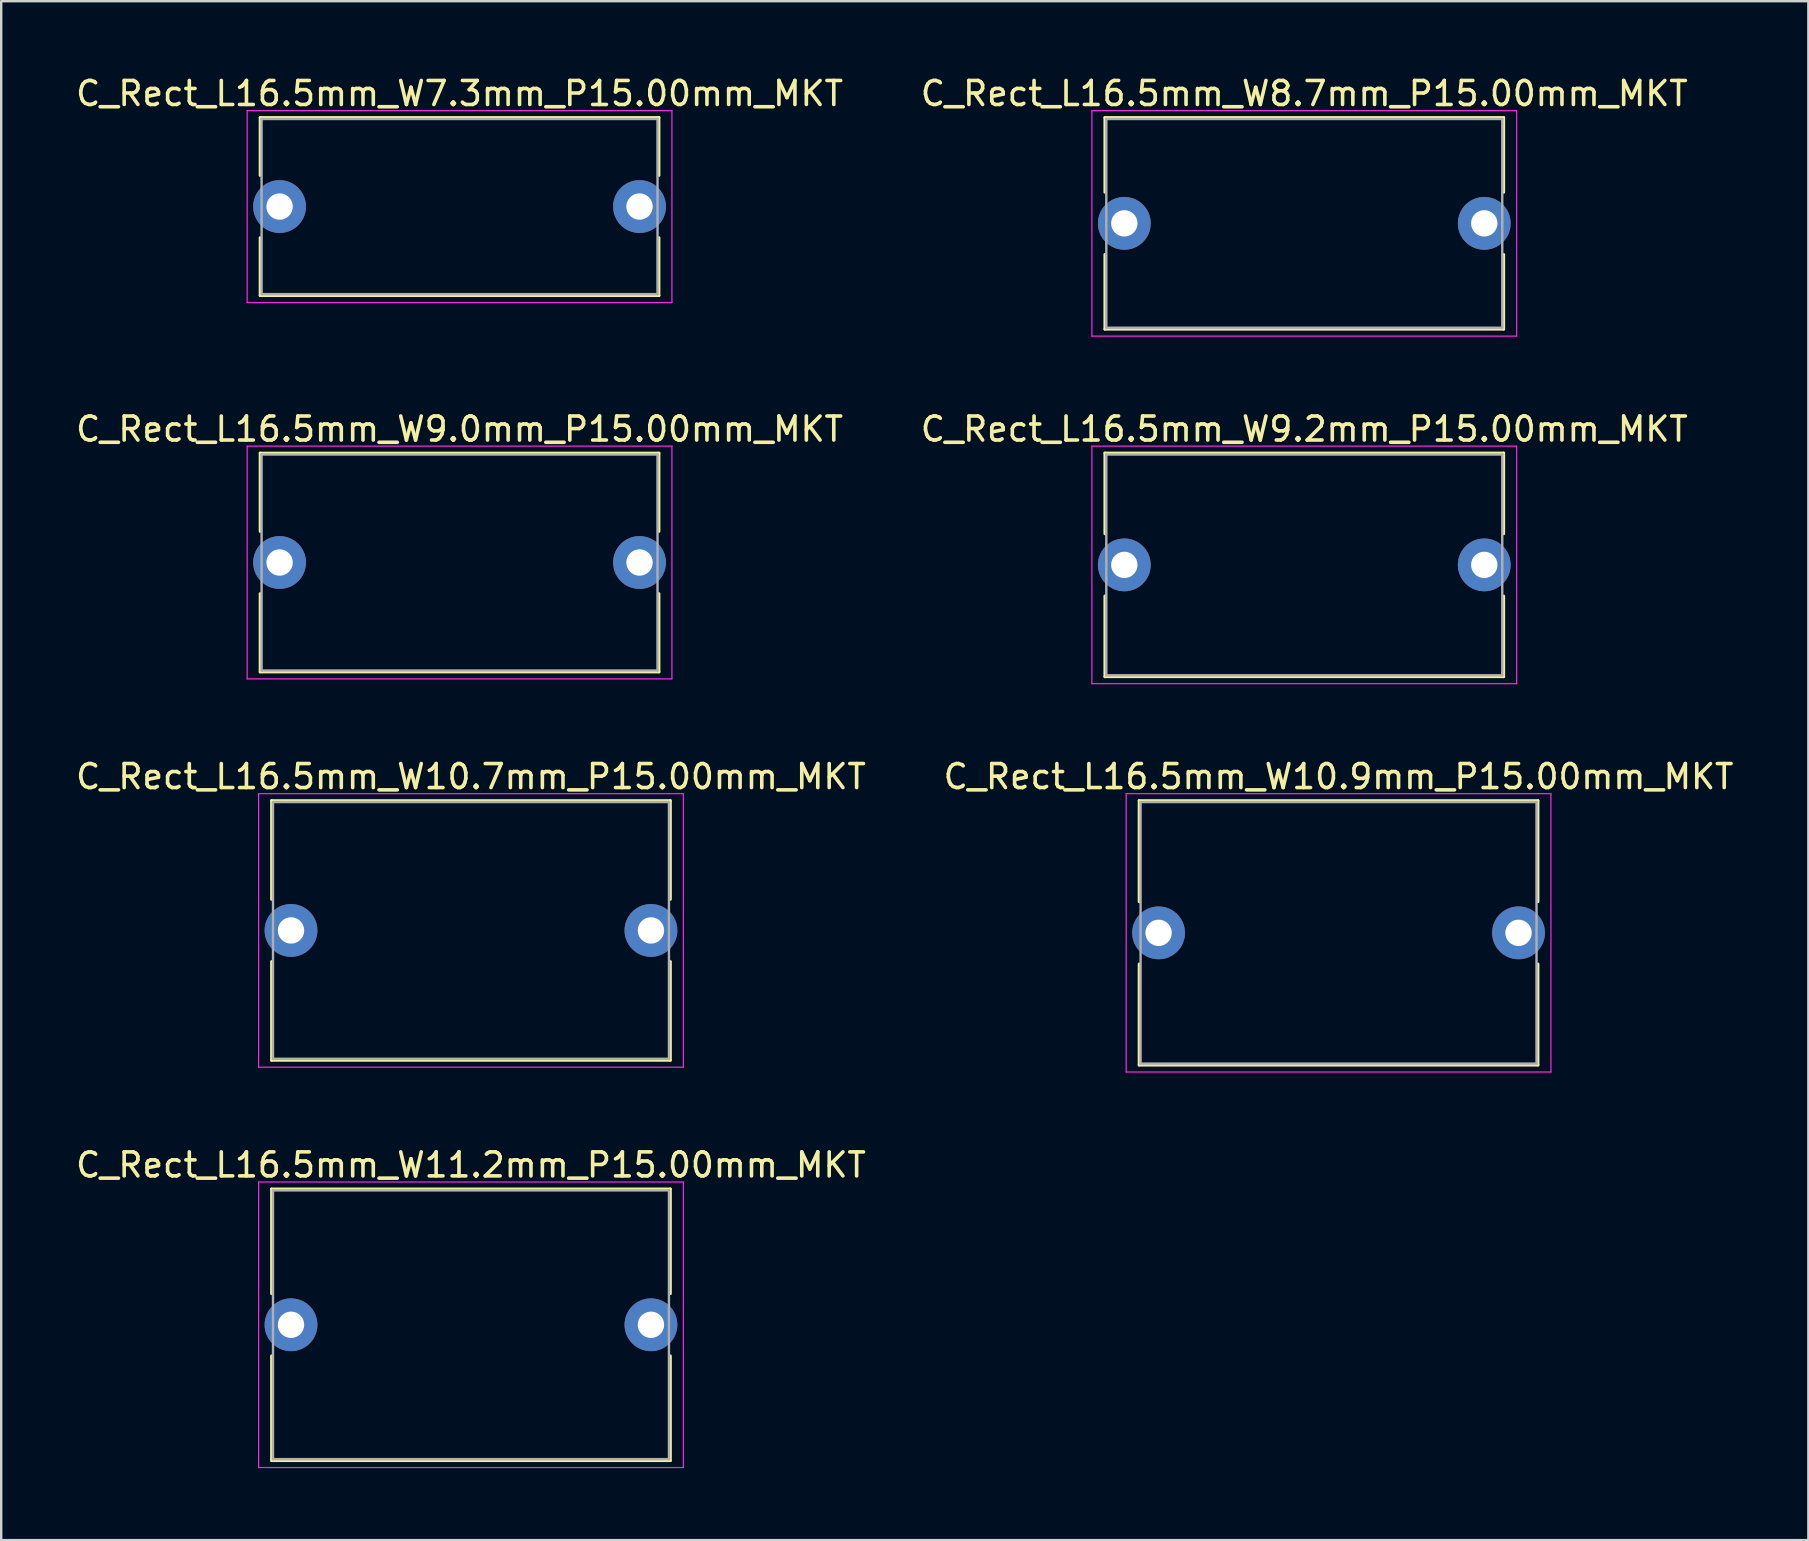
<source format=kicad_pcb>
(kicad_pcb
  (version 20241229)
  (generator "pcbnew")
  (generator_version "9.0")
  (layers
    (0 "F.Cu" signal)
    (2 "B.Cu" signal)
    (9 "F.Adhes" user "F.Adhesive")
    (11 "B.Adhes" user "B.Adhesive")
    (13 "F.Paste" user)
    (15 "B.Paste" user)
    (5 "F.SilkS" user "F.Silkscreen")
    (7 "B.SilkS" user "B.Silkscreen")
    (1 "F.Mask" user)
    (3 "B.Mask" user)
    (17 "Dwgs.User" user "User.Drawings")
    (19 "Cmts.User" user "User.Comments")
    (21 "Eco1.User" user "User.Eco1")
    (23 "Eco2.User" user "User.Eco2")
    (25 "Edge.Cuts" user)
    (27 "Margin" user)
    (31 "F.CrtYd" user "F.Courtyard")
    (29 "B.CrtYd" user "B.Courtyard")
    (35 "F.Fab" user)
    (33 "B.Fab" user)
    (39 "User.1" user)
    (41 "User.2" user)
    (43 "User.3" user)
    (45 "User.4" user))
  (footprint "C_Rect_L16.5mm_W8.7mm_P15.00mm_MKT"
    (layer "F.Cu")
    (at 43.804 6.258)
    (property "Reference" "C_Rect_L16.5mm_W8.7mm_P15.00mm_MKT" (at 7.5 -5.41 0) (layer "F.SilkS") (effects (font (size 1 1) (thickness 0.15))))
    (attr through_hole)
    (fp_line (start -0.81 -4.41) (end -0.81 -1.296) (stroke (width 0.12) (type solid)) (layer "F.SilkS"))
    (fp_line (start -0.81 -4.41) (end 15.81 -4.41) (stroke (width 0.12) (type solid)) (layer "F.SilkS"))
    (fp_line (start -0.81 1.296) (end -0.81 4.41) (stroke (width 0.12) (type solid)) (layer "F.SilkS"))
    (fp_line (start -0.81 4.41) (end 15.81 4.41) (stroke (width 0.12) (type solid)) (layer "F.SilkS"))
    (fp_line (start 15.81 -4.41) (end 15.81 -1.296) (stroke (width 0.12) (type solid)) (layer "F.SilkS"))
    (fp_line (start 15.81 1.296) (end 15.81 4.41) (stroke (width 0.12) (type solid)) (layer "F.SilkS"))
    (fp_line (start -1.35 -4.7) (end -1.35 4.7) (stroke (width 0.05) (type solid)) (layer "F.CrtYd"))
    (fp_line (start -1.35 4.7) (end 16.35 4.7) (stroke (width 0.05) (type solid)) (layer "F.CrtYd"))
    (fp_line (start 16.35 -4.7) (end -1.35 -4.7) (stroke (width 0.05) (type solid)) (layer "F.CrtYd"))
    (fp_line (start 16.35 4.7) (end 16.35 -4.7) (stroke (width 0.05) (type solid)) (layer "F.CrtYd"))
    (fp_line (start -0.75 -4.35) (end -0.75 4.35) (stroke (width 0.1) (type solid)) (layer "F.Fab"))
    (fp_line (start -0.75 4.35) (end 15.75 4.35) (stroke (width 0.1) (type solid)) (layer "F.Fab"))
    (fp_line (start 15.75 -4.35) (end -0.75 -4.35) (stroke (width 0.1) (type solid)) (layer "F.Fab"))
    (fp_line (start 15.75 4.35) (end 15.75 -4.35) (stroke (width 0.1) (type solid)) (layer "F.Fab"))
    (pad "1" thru_hole circle (at 0 0) (size 2.2 2.2) (drill 1.1) (layers "*.Cu" "*.Mask"))
    (pad "2" thru_hole circle (at 15 0) (size 2.2 2.2) (drill 1.1) (layers "*.Cu" "*.Mask")))
  (footprint "C_Rect_L16.5mm_W9.0mm_P15.00mm_MKT"
    (layer "F.Cu")
    (at 8.601 20.392)
    (property "Reference" "C_Rect_L16.5mm_W9.0mm_P15.00mm_MKT" (at 7.5 -5.56 0) (layer "F.SilkS") (effects (font (size 1 1) (thickness 0.15))))
    (attr through_hole)
    (fp_line (start -0.81 -4.56) (end -0.81 -1.296) (stroke (width 0.12) (type solid)) (layer "F.SilkS"))
    (fp_line (start -0.81 -4.56) (end 15.81 -4.56) (stroke (width 0.12) (type solid)) (layer "F.SilkS"))
    (fp_line (start -0.81 1.296) (end -0.81 4.56) (stroke (width 0.12) (type solid)) (layer "F.SilkS"))
    (fp_line (start -0.81 4.56) (end 15.81 4.56) (stroke (width 0.12) (type solid)) (layer "F.SilkS"))
    (fp_line (start 15.81 -4.56) (end 15.81 -1.296) (stroke (width 0.12) (type solid)) (layer "F.SilkS"))
    (fp_line (start 15.81 1.296) (end 15.81 4.56) (stroke (width 0.12) (type solid)) (layer "F.SilkS"))
    (fp_line (start -1.35 -4.85) (end -1.35 4.85) (stroke (width 0.05) (type solid)) (layer "F.CrtYd"))
    (fp_line (start -1.35 4.85) (end 16.35 4.85) (stroke (width 0.05) (type solid)) (layer "F.CrtYd"))
    (fp_line (start 16.35 -4.85) (end -1.35 -4.85) (stroke (width 0.05) (type solid)) (layer "F.CrtYd"))
    (fp_line (start 16.35 4.85) (end 16.35 -4.85) (stroke (width 0.05) (type solid)) (layer "F.CrtYd"))
    (fp_line (start -0.75 -4.5) (end -0.75 4.5) (stroke (width 0.1) (type solid)) (layer "F.Fab"))
    (fp_line (start -0.75 4.5) (end 15.75 4.5) (stroke (width 0.1) (type solid)) (layer "F.Fab"))
    (fp_line (start 15.75 -4.5) (end -0.75 -4.5) (stroke (width 0.1) (type solid)) (layer "F.Fab"))
    (fp_line (start 15.75 4.5) (end 15.75 -4.5) (stroke (width 0.1) (type solid)) (layer "F.Fab"))
    (pad "1" thru_hole circle (at 0 0) (size 2.2 2.2) (drill 1.1) (layers "*.Cu" "*.Mask"))
    (pad "2" thru_hole circle (at 15 0) (size 2.2 2.2) (drill 1.1) (layers "*.Cu" "*.Mask")))
  (footprint "C_Rect_L16.5mm_W10.9mm_P15.00mm_MKT"
    (layer "F.Cu")
    (at 45.232 35.825)
    (property "Reference" "C_Rect_L16.5mm_W10.9mm_P15.00mm_MKT" (at 7.5 -6.51 0) (layer "F.SilkS") (effects (font (size 1 1) (thickness 0.15))))
    (attr through_hole)
    (fp_line (start -0.81 -5.51) (end -0.81 -1.296) (stroke (width 0.12) (type solid)) (layer "F.SilkS"))
    (fp_line (start -0.81 -5.51) (end 15.81 -5.51) (stroke (width 0.12) (type solid)) (layer "F.SilkS"))
    (fp_line (start -0.81 1.296) (end -0.81 5.51) (stroke (width 0.12) (type solid)) (layer "F.SilkS"))
    (fp_line (start -0.81 5.51) (end 15.81 5.51) (stroke (width 0.12) (type solid)) (layer "F.SilkS"))
    (fp_line (start 15.81 -5.51) (end 15.81 -1.296) (stroke (width 0.12) (type solid)) (layer "F.SilkS"))
    (fp_line (start 15.81 1.296) (end 15.81 5.51) (stroke (width 0.12) (type solid)) (layer "F.SilkS"))
    (fp_line (start -1.35 -5.8) (end -1.35 5.8) (stroke (width 0.05) (type solid)) (layer "F.CrtYd"))
    (fp_line (start -1.35 5.8) (end 16.35 5.8) (stroke (width 0.05) (type solid)) (layer "F.CrtYd"))
    (fp_line (start 16.35 -5.8) (end -1.35 -5.8) (stroke (width 0.05) (type solid)) (layer "F.CrtYd"))
    (fp_line (start 16.35 5.8) (end 16.35 -5.8) (stroke (width 0.05) (type solid)) (layer "F.CrtYd"))
    (fp_line (start -0.75 -5.45) (end -0.75 5.45) (stroke (width 0.1) (type solid)) (layer "F.Fab"))
    (fp_line (start -0.75 5.45) (end 15.75 5.45) (stroke (width 0.1) (type solid)) (layer "F.Fab"))
    (fp_line (start 15.75 -5.45) (end -0.75 -5.45) (stroke (width 0.1) (type solid)) (layer "F.Fab"))
    (fp_line (start 15.75 5.45) (end 15.75 -5.45) (stroke (width 0.1) (type solid)) (layer "F.Fab"))
    (pad "1" thru_hole circle (at 0 0) (size 2.2 2.2) (drill 1.1) (layers "*.Cu" "*.Mask"))
    (pad "2" thru_hole circle (at 15 0) (size 2.2 2.2) (drill 1.1) (layers "*.Cu" "*.Mask")))
  (footprint "C_Rect_L16.5mm_W7.3mm_P15.00mm_MKT"
    (layer "F.Cu")
    (at 8.601 5.558)
    (property "Reference" "C_Rect_L16.5mm_W7.3mm_P15.00mm_MKT" (at 7.5 -4.71 0) (layer "F.SilkS") (effects (font (size 1 1) (thickness 0.15))))
    (attr through_hole)
    (fp_line (start -0.81 -3.71) (end -0.81 -1.296) (stroke (width 0.12) (type solid)) (layer "F.SilkS"))
    (fp_line (start -0.81 -3.71) (end 15.81 -3.71) (stroke (width 0.12) (type solid)) (layer "F.SilkS"))
    (fp_line (start -0.81 1.296) (end -0.81 3.71) (stroke (width 0.12) (type solid)) (layer "F.SilkS"))
    (fp_line (start -0.81 3.71) (end 15.81 3.71) (stroke (width 0.12) (type solid)) (layer "F.SilkS"))
    (fp_line (start 15.81 -3.71) (end 15.81 -1.296) (stroke (width 0.12) (type solid)) (layer "F.SilkS"))
    (fp_line (start 15.81 1.296) (end 15.81 3.71) (stroke (width 0.12) (type solid)) (layer "F.SilkS"))
    (fp_line (start -1.35 -4) (end -1.35 4) (stroke (width 0.05) (type solid)) (layer "F.CrtYd"))
    (fp_line (start -1.35 4) (end 16.35 4) (stroke (width 0.05) (type solid)) (layer "F.CrtYd"))
    (fp_line (start 16.35 -4) (end -1.35 -4) (stroke (width 0.05) (type solid)) (layer "F.CrtYd"))
    (fp_line (start 16.35 4) (end 16.35 -4) (stroke (width 0.05) (type solid)) (layer "F.CrtYd"))
    (fp_line (start -0.75 -3.65) (end -0.75 3.65) (stroke (width 0.1) (type solid)) (layer "F.Fab"))
    (fp_line (start -0.75 3.65) (end 15.75 3.65) (stroke (width 0.1) (type solid)) (layer "F.Fab"))
    (fp_line (start 15.75 -3.65) (end -0.75 -3.65) (stroke (width 0.1) (type solid)) (layer "F.Fab"))
    (fp_line (start 15.75 3.65) (end 15.75 -3.65) (stroke (width 0.1) (type solid)) (layer "F.Fab"))
    (pad "1" thru_hole circle (at 0 0) (size 2.2 2.2) (drill 1.1) (layers "*.Cu" "*.Mask"))
    (pad "2" thru_hole circle (at 15 0) (size 2.2 2.2) (drill 1.1) (layers "*.Cu" "*.Mask")))
  (footprint "C_Rect_L16.5mm_W10.7mm_P15.00mm_MKT"
    (layer "F.Cu")
    (at 9.077 35.725)
    (property "Reference" "C_Rect_L16.5mm_W10.7mm_P15.00mm_MKT" (at 7.5 -6.41 0) (layer "F.SilkS") (effects (font (size 1 1) (thickness 0.15))))
    (attr through_hole)
    (fp_line (start -0.81 -5.41) (end -0.81 -1.296) (stroke (width 0.12) (type solid)) (layer "F.SilkS"))
    (fp_line (start -0.81 -5.41) (end 15.81 -5.41) (stroke (width 0.12) (type solid)) (layer "F.SilkS"))
    (fp_line (start -0.81 1.296) (end -0.81 5.41) (stroke (width 0.12) (type solid)) (layer "F.SilkS"))
    (fp_line (start -0.81 5.41) (end 15.81 5.41) (stroke (width 0.12) (type solid)) (layer "F.SilkS"))
    (fp_line (start 15.81 -5.41) (end 15.81 -1.296) (stroke (width 0.12) (type solid)) (layer "F.SilkS"))
    (fp_line (start 15.81 1.296) (end 15.81 5.41) (stroke (width 0.12) (type solid)) (layer "F.SilkS"))
    (fp_line (start -1.35 -5.7) (end -1.35 5.7) (stroke (width 0.05) (type solid)) (layer "F.CrtYd"))
    (fp_line (start -1.35 5.7) (end 16.35 5.7) (stroke (width 0.05) (type solid)) (layer "F.CrtYd"))
    (fp_line (start 16.35 -5.7) (end -1.35 -5.7) (stroke (width 0.05) (type solid)) (layer "F.CrtYd"))
    (fp_line (start 16.35 5.7) (end 16.35 -5.7) (stroke (width 0.05) (type solid)) (layer "F.CrtYd"))
    (fp_line (start -0.75 -5.35) (end -0.75 5.35) (stroke (width 0.1) (type solid)) (layer "F.Fab"))
    (fp_line (start -0.75 5.35) (end 15.75 5.35) (stroke (width 0.1) (type solid)) (layer "F.Fab"))
    (fp_line (start 15.75 -5.35) (end -0.75 -5.35) (stroke (width 0.1) (type solid)) (layer "F.Fab"))
    (fp_line (start 15.75 5.35) (end 15.75 -5.35) (stroke (width 0.1) (type solid)) (layer "F.Fab"))
    (pad "1" thru_hole circle (at 0 0) (size 2.2 2.2) (drill 1.1) (layers "*.Cu" "*.Mask"))
    (pad "2" thru_hole circle (at 15 0) (size 2.2 2.2) (drill 1.1) (layers "*.Cu" "*.Mask")))
  (footprint "C_Rect_L16.5mm_W11.2mm_P15.00mm_MKT"
    (layer "F.Cu")
    (at 9.077 52.158)
    (property "Reference" "C_Rect_L16.5mm_W11.2mm_P15.00mm_MKT" (at 7.5 -6.66 0) (layer "F.SilkS") (effects (font (size 1 1) (thickness 0.15))))
    (attr through_hole)
    (fp_line (start -0.81 -5.66) (end -0.81 -1.296) (stroke (width 0.12) (type solid)) (layer "F.SilkS"))
    (fp_line (start -0.81 -5.66) (end 15.81 -5.66) (stroke (width 0.12) (type solid)) (layer "F.SilkS"))
    (fp_line (start -0.81 1.296) (end -0.81 5.66) (stroke (width 0.12) (type solid)) (layer "F.SilkS"))
    (fp_line (start -0.81 5.66) (end 15.81 5.66) (stroke (width 0.12) (type solid)) (layer "F.SilkS"))
    (fp_line (start 15.81 -5.66) (end 15.81 -1.296) (stroke (width 0.12) (type solid)) (layer "F.SilkS"))
    (fp_line (start 15.81 1.296) (end 15.81 5.66) (stroke (width 0.12) (type solid)) (layer "F.SilkS"))
    (fp_line (start -1.35 -5.95) (end -1.35 5.95) (stroke (width 0.05) (type solid)) (layer "F.CrtYd"))
    (fp_line (start -1.35 5.95) (end 16.35 5.95) (stroke (width 0.05) (type solid)) (layer "F.CrtYd"))
    (fp_line (start 16.35 -5.95) (end -1.35 -5.95) (stroke (width 0.05) (type solid)) (layer "F.CrtYd"))
    (fp_line (start 16.35 5.95) (end 16.35 -5.95) (stroke (width 0.05) (type solid)) (layer "F.CrtYd"))
    (fp_line (start -0.75 -5.6) (end -0.75 5.6) (stroke (width 0.1) (type solid)) (layer "F.Fab"))
    (fp_line (start -0.75 5.6) (end 15.75 5.6) (stroke (width 0.1) (type solid)) (layer "F.Fab"))
    (fp_line (start 15.75 -5.6) (end -0.75 -5.6) (stroke (width 0.1) (type solid)) (layer "F.Fab"))
    (fp_line (start 15.75 5.6) (end 15.75 -5.6) (stroke (width 0.1) (type solid)) (layer "F.Fab"))
    (pad "1" thru_hole circle (at 0 0) (size 2.2 2.2) (drill 1.1) (layers "*.Cu" "*.Mask"))
    (pad "2" thru_hole circle (at 15 0) (size 2.2 2.2) (drill 1.1) (layers "*.Cu" "*.Mask")))
  (footprint "C_Rect_L16.5mm_W9.2mm_P15.00mm_MKT"
    (layer "F.Cu")
    (at 43.804 20.491)
    (property "Reference" "C_Rect_L16.5mm_W9.2mm_P15.00mm_MKT" (at 7.5 -5.66 0) (layer "F.SilkS") (effects (font (size 1 1) (thickness 0.15))))
    (attr through_hole)
    (fp_line (start -0.81 -4.66) (end -0.81 -1.296) (stroke (width 0.12) (type solid)) (layer "F.SilkS"))
    (fp_line (start -0.81 -4.66) (end 15.81 -4.66) (stroke (width 0.12) (type solid)) (layer "F.SilkS"))
    (fp_line (start -0.81 1.296) (end -0.81 4.66) (stroke (width 0.12) (type solid)) (layer "F.SilkS"))
    (fp_line (start -0.81 4.66) (end 15.81 4.66) (stroke (width 0.12) (type solid)) (layer "F.SilkS"))
    (fp_line (start 15.81 -4.66) (end 15.81 -1.296) (stroke (width 0.12) (type solid)) (layer "F.SilkS"))
    (fp_line (start 15.81 1.296) (end 15.81 4.66) (stroke (width 0.12) (type solid)) (layer "F.SilkS"))
    (fp_line (start -1.35 -4.95) (end -1.35 4.95) (stroke (width 0.05) (type solid)) (layer "F.CrtYd"))
    (fp_line (start -1.35 4.95) (end 16.35 4.95) (stroke (width 0.05) (type solid)) (layer "F.CrtYd"))
    (fp_line (start 16.35 -4.95) (end -1.35 -4.95) (stroke (width 0.05) (type solid)) (layer "F.CrtYd"))
    (fp_line (start 16.35 4.95) (end 16.35 -4.95) (stroke (width 0.05) (type solid)) (layer "F.CrtYd"))
    (fp_line (start -0.75 -4.6) (end -0.75 4.6) (stroke (width 0.1) (type solid)) (layer "F.Fab"))
    (fp_line (start -0.75 4.6) (end 15.75 4.6) (stroke (width 0.1) (type solid)) (layer "F.Fab"))
    (fp_line (start 15.75 -4.6) (end -0.75 -4.6) (stroke (width 0.1) (type solid)) (layer "F.Fab"))
    (fp_line (start 15.75 4.6) (end 15.75 -4.6) (stroke (width 0.1) (type solid)) (layer "F.Fab"))
    (pad "1" thru_hole circle (at 0 0) (size 2.2 2.2) (drill 1.1) (layers "*.Cu" "*.Mask"))
    (pad "2" thru_hole circle (at 15 0) (size 2.2 2.2) (drill 1.1) (layers "*.Cu" "*.Mask")))
  (gr_rect
    (start -3 -3)
    (end 72.31 61.133)
    (stroke (width 0.1) (type default))
    (fill no)
    (layer "Edge.Cuts")))
</source>
